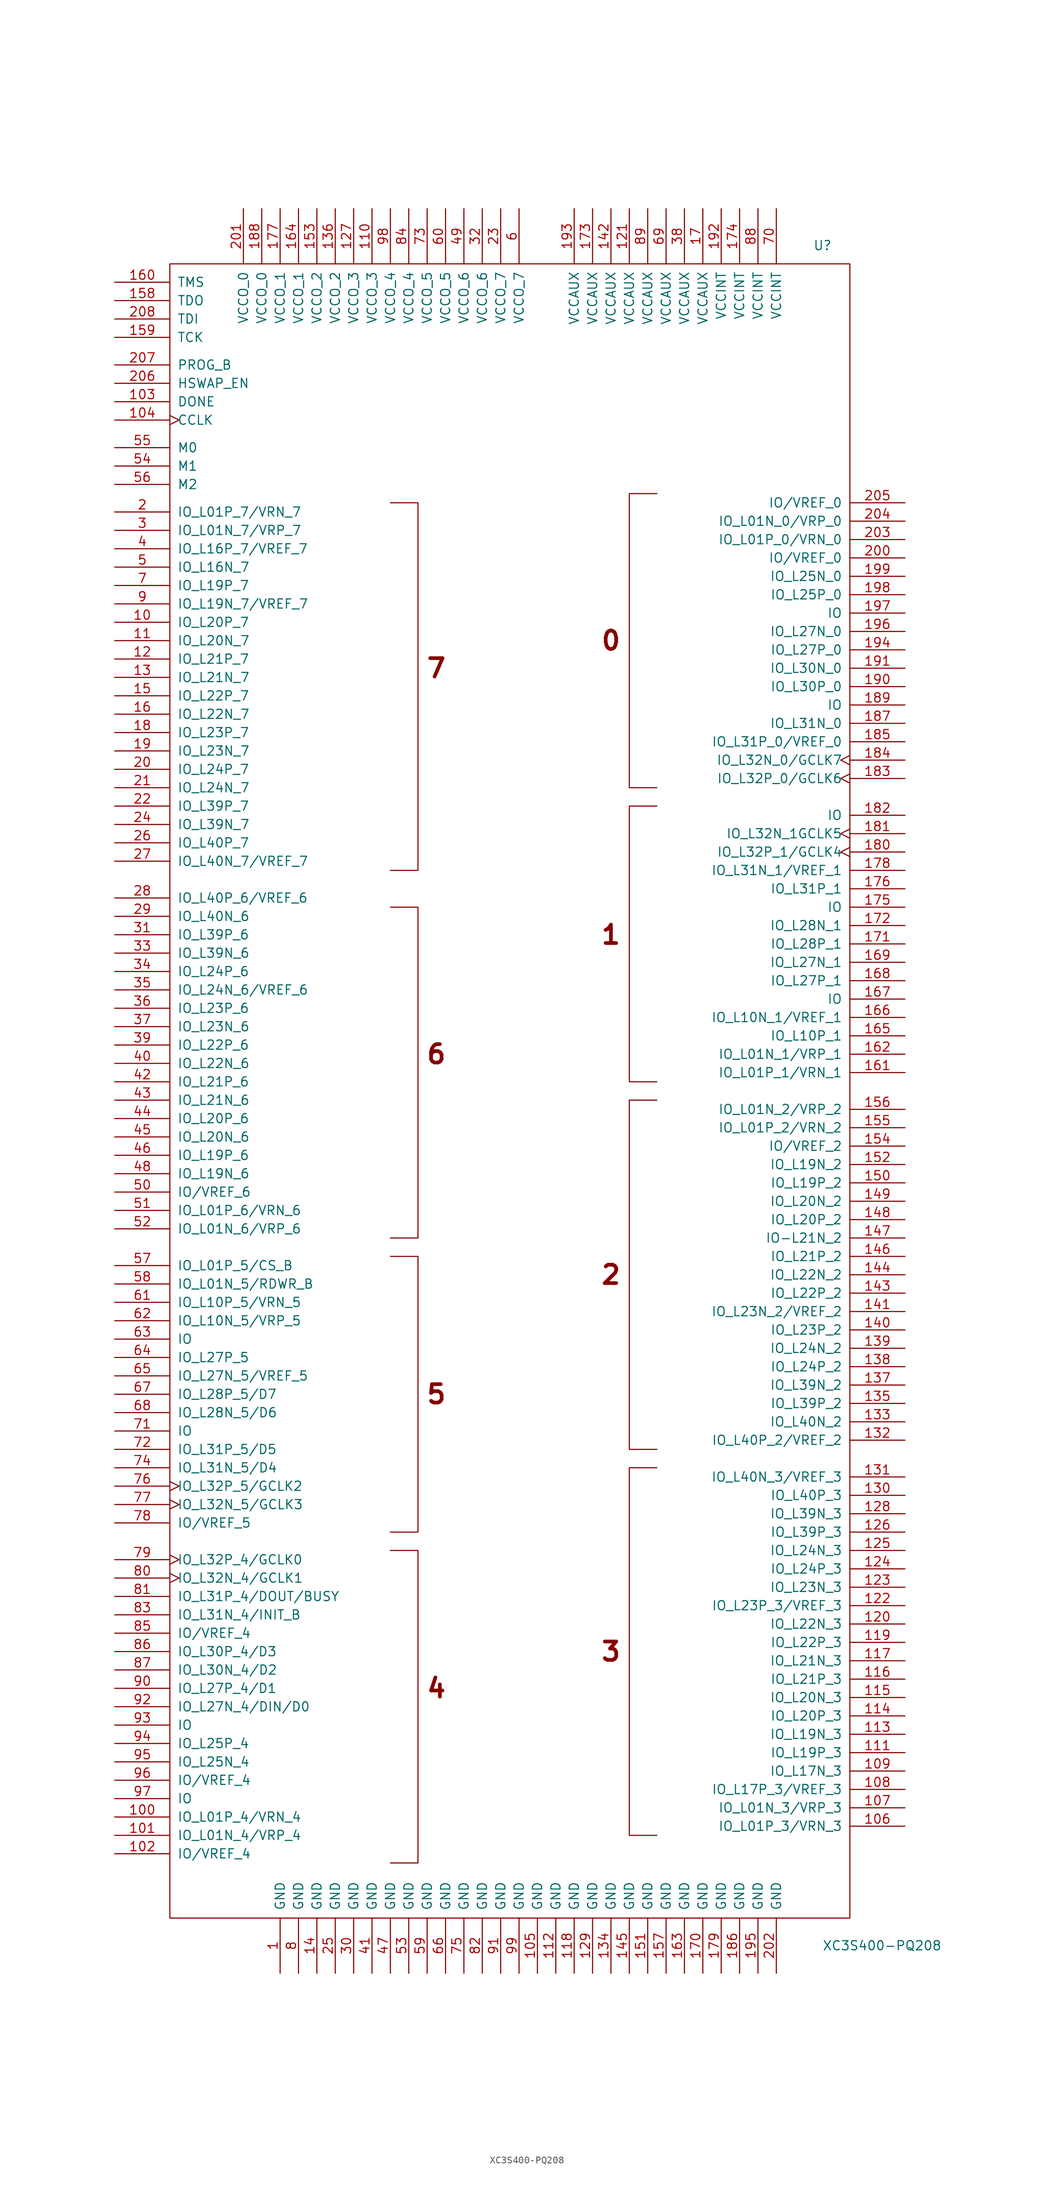
<source format=kicad_sym>
(kicad_symbol_lib
  (version 20201005)
  (generator kicad_symbol_editor)
  (symbol "XC3S400-PQ208"
    (pin_names
      (offset 1.016))
    (property "Reference" "U"
      (at 41.91 116.84 0)
      (effects (font (size 1.27 1.27)) (justify left)))
    (property "Value" "XC3S400-PQ208"
      (at 43.18 -118.11 0)
      (effects (font (size 1.27 1.27)) (justify left)))
    (symbol "XC3S400-PQ208_0_0"
      (text "0" (at 13.97 62.23 0) (effects (font (size 2.54 2.54) bold)))
      (text "1" (at 13.97 21.59 0) (effects (font (size 2.54 2.54) bold)))
      (text "2" (at 13.97 -25.4 0) (effects (font (size 2.54 2.54) bold)))
      (text "3" (at 13.97 -77.47 0) (effects (font (size 2.54 2.54) bold)))
      (text "4" (at -10.16 -82.55 0) (effects (font (size 2.54 2.54) bold)))
      (text "5" (at -10.16 -41.91 0) (effects (font (size 2.54 2.54) bold)))
      (text "6" (at -10.16 5.08 0) (effects (font (size 2.54 2.54) bold)))
      (text "7" (at -10.16 58.42 0) (effects (font (size 2.54 2.54) bold))))
    (symbol "XC3S400-PQ208_0_1"
      (rectangle (start -46.99 114.3) (end 46.99 -114.3) (stroke (width 0)) (fill (type none)))
      (polyline (pts (xy -16.51 -63.5) (xy -12.7 -63.5) (xy -12.7 -106.68) (xy -16.51 -106.68) (xy -15.24 -106.68)) (stroke (width 0)) (fill (type none)))
      (polyline (pts (xy -16.51 -60.96) (xy -12.7 -60.96) (xy -12.7 -22.86) (xy -16.51 -22.86) (xy -16.51 -22.86)) (stroke (width 0)) (fill (type none)))
      (polyline (pts (xy -16.51 -20.32) (xy -12.7 -20.32) (xy -12.7 25.4) (xy -16.51 25.4) (xy -16.51 25.4)) (stroke (width 0)) (fill (type none)))
      (polyline (pts (xy -16.51 30.48) (xy -12.7 30.48) (xy -12.7 81.28) (xy -16.51 81.28) (xy -16.51 81.28)) (stroke (width 0)) (fill (type none)))
      (polyline (pts (xy 20.32 -52.07) (xy 16.51 -52.07) (xy 16.51 -102.87) (xy 20.32 -102.87) (xy 20.32 -102.87)) (stroke (width 0)) (fill (type none)))
      (polyline (pts (xy 20.32 -1.27) (xy 16.51 -1.27) (xy 16.51 -49.53) (xy 20.32 -49.53) (xy 20.32 -49.53)) (stroke (width 0)) (fill (type none)))
      (polyline (pts (xy 20.32 39.37) (xy 16.51 39.37) (xy 16.51 1.27) (xy 20.32 1.27) (xy 20.32 1.27)) (stroke (width 0)) (fill (type none)))
      (polyline (pts (xy 20.32 82.55) (xy 16.51 82.55) (xy 16.51 41.91) (xy 20.32 41.91) (xy 20.32 41.91)) (stroke (width 0)) (fill (type none))))
    (symbol "XC3S400-PQ208_1_1"
      (pin power_in line (at -31.75 -121.92 90) (length 7.62) (name "GND" (effects (font (size 1.27 1.27)))) (number "1" (effects (font (size 1.27 1.27)))))
      (pin bidirectional line (at -54.61 64.77 0) (length 7.62) (name "IO_L20P_7" (effects (font (size 1.27 1.27)))) (number "10" (effects (font (size 1.27 1.27)))))
      (pin bidirectional line (at -54.61 -100.33 0) (length 7.62) (name "IO_L01P_4/VRN_4" (effects (font (size 1.27 1.27)))) (number "100" (effects (font (size 1.27 1.27)))))
      (pin bidirectional line (at -54.61 -102.87 0) (length 7.62) (name "IO_L01N_4/VRP_4" (effects (font (size 1.27 1.27)))) (number "101" (effects (font (size 1.27 1.27)))))
      (pin bidirectional line (at -54.61 -105.41 0) (length 7.62) (name "IO/VREF_4" (effects (font (size 1.27 1.27)))) (number "102" (effects (font (size 1.27 1.27)))))
      (pin bidirectional line (at -54.61 95.25 0) (length 7.62) (name "DONE" (effects (font (size 1.27 1.27)))) (number "103" (effects (font (size 1.27 1.27)))))
      (pin bidirectional clock (at -54.61 92.71 0) (length 7.62) (name "CCLK" (effects (font (size 1.27 1.27)))) (number "104" (effects (font (size 1.27 1.27)))))
      (pin power_in line (at 3.81 -121.92 90) (length 7.62) (name "GND" (effects (font (size 1.27 1.27)))) (number "105" (effects (font (size 1.27 1.27)))))
      (pin bidirectional line (at 54.61 -101.6 180) (length 7.62) (name "IO_L01P_3/VRN_3" (effects (font (size 1.27 1.27)))) (number "106" (effects (font (size 1.27 1.27)))))
      (pin bidirectional line (at 54.61 -99.06 180) (length 7.62) (name "IO_L01N_3/VRP_3" (effects (font (size 1.27 1.27)))) (number "107" (effects (font (size 1.27 1.27)))))
      (pin bidirectional line (at 54.61 -96.52 180) (length 7.62) (name "IO_L17P_3/VREF_3" (effects (font (size 1.27 1.27)))) (number "108" (effects (font (size 1.27 1.27)))))
      (pin bidirectional line (at 54.61 -93.98 180) (length 7.62) (name "IO_L17N_3" (effects (font (size 1.27 1.27)))) (number "109" (effects (font (size 1.27 1.27)))))
      (pin bidirectional line (at -54.61 62.23 0) (length 7.62) (name "IO_L20N_7" (effects (font (size 1.27 1.27)))) (number "11" (effects (font (size 1.27 1.27)))))
      (pin power_in line (at -19.05 121.92 270) (length 7.62) (name "VCCO_3" (effects (font (size 1.27 1.27)))) (number "110" (effects (font (size 1.27 1.27)))))
      (pin bidirectional line (at 54.61 -91.44 180) (length 7.62) (name "IO_L19P_3" (effects (font (size 1.27 1.27)))) (number "111" (effects (font (size 1.27 1.27)))))
      (pin power_in line (at 6.35 -121.92 90) (length 7.62) (name "GND" (effects (font (size 1.27 1.27)))) (number "112" (effects (font (size 1.27 1.27)))))
      (pin bidirectional line (at 54.61 -88.9 180) (length 7.62) (name "IO_L19N_3" (effects (font (size 1.27 1.27)))) (number "113" (effects (font (size 1.27 1.27)))))
      (pin bidirectional line (at 54.61 -86.36 180) (length 7.62) (name "IO_L20P_3" (effects (font (size 1.27 1.27)))) (number "114" (effects (font (size 1.27 1.27)))))
      (pin bidirectional line (at 54.61 -83.82 180) (length 7.62) (name "IO_L20N_3" (effects (font (size 1.27 1.27)))) (number "115" (effects (font (size 1.27 1.27)))))
      (pin bidirectional line (at 54.61 -81.28 180) (length 7.62) (name "IO_L21P_3" (effects (font (size 1.27 1.27)))) (number "116" (effects (font (size 1.27 1.27)))))
      (pin bidirectional line (at 54.61 -78.74 180) (length 7.62) (name "IO_L21N_3" (effects (font (size 1.27 1.27)))) (number "117" (effects (font (size 1.27 1.27)))))
      (pin power_in line (at 8.89 -121.92 90) (length 7.62) (name "GND" (effects (font (size 1.27 1.27)))) (number "118" (effects (font (size 1.27 1.27)))))
      (pin bidirectional line (at 54.61 -76.2 180) (length 7.62) (name "IO_L22P_3" (effects (font (size 1.27 1.27)))) (number "119" (effects (font (size 1.27 1.27)))))
      (pin bidirectional line (at -54.61 59.69 0) (length 7.62) (name "IO_L21P_7" (effects (font (size 1.27 1.27)))) (number "12" (effects (font (size 1.27 1.27)))))
      (pin bidirectional line (at 54.61 -73.66 180) (length 7.62) (name "IO_L22N_3" (effects (font (size 1.27 1.27)))) (number "120" (effects (font (size 1.27 1.27)))))
      (pin power_in line (at 16.51 121.92 270) (length 7.62) (name "VCCAUX" (effects (font (size 1.27 1.27)))) (number "121" (effects (font (size 1.27 1.27)))))
      (pin bidirectional line (at 54.61 -71.12 180) (length 7.62) (name "IO_L23P_3/VREF_3" (effects (font (size 1.27 1.27)))) (number "122" (effects (font (size 1.27 1.27)))))
      (pin bidirectional line (at 54.61 -68.58 180) (length 7.62) (name "IO_L23N_3" (effects (font (size 1.27 1.27)))) (number "123" (effects (font (size 1.27 1.27)))))
      (pin bidirectional line (at 54.61 -66.04 180) (length 7.62) (name "IO_L24P_3" (effects (font (size 1.27 1.27)))) (number "124" (effects (font (size 1.27 1.27)))))
      (pin bidirectional line (at 54.61 -63.5 180) (length 7.62) (name "IO_L24N_3" (effects (font (size 1.27 1.27)))) (number "125" (effects (font (size 1.27 1.27)))))
      (pin bidirectional line (at 54.61 -60.96 180) (length 7.62) (name "IO_L39P_3" (effects (font (size 1.27 1.27)))) (number "126" (effects (font (size 1.27 1.27)))))
      (pin power_in line (at -21.59 121.92 270) (length 7.62) (name "VCCO_3" (effects (font (size 1.27 1.27)))) (number "127" (effects (font (size 1.27 1.27)))))
      (pin bidirectional line (at 54.61 -58.42 180) (length 7.62) (name "IO_L39N_3" (effects (font (size 1.27 1.27)))) (number "128" (effects (font (size 1.27 1.27)))))
      (pin power_in line (at 11.43 -121.92 90) (length 7.62) (name "GND" (effects (font (size 1.27 1.27)))) (number "129" (effects (font (size 1.27 1.27)))))
      (pin bidirectional line (at -54.61 57.15 0) (length 7.62) (name "IO_L21N_7" (effects (font (size 1.27 1.27)))) (number "13" (effects (font (size 1.27 1.27)))))
      (pin bidirectional line (at 54.61 -55.88 180) (length 7.62) (name "IO_L40P_3" (effects (font (size 1.27 1.27)))) (number "130" (effects (font (size 1.27 1.27)))))
      (pin bidirectional line (at 54.61 -53.34 180) (length 7.62) (name "IO_L40N_3/VREF_3" (effects (font (size 1.27 1.27)))) (number "131" (effects (font (size 1.27 1.27)))))
      (pin bidirectional line (at 54.61 -48.26 180) (length 7.62) (name "IO_L40P_2/VREF_2" (effects (font (size 1.27 1.27)))) (number "132" (effects (font (size 1.27 1.27)))))
      (pin bidirectional line (at 54.61 -45.72 180) (length 7.62) (name "IO_L40N_2" (effects (font (size 1.27 1.27)))) (number "133" (effects (font (size 1.27 1.27)))))
      (pin power_in line (at 13.97 -121.92 90) (length 7.62) (name "GND" (effects (font (size 1.27 1.27)))) (number "134" (effects (font (size 1.27 1.27)))))
      (pin bidirectional line (at 54.61 -43.18 180) (length 7.62) (name "IO_L39P_2" (effects (font (size 1.27 1.27)))) (number "135" (effects (font (size 1.27 1.27)))))
      (pin power_in line (at -24.13 121.92 270) (length 7.62) (name "VCCO_2" (effects (font (size 1.27 1.27)))) (number "136" (effects (font (size 1.27 1.27)))))
      (pin bidirectional line (at 54.61 -40.64 180) (length 7.62) (name "IO_L39N_2" (effects (font (size 1.27 1.27)))) (number "137" (effects (font (size 1.27 1.27)))))
      (pin bidirectional line (at 54.61 -38.1 180) (length 7.62) (name "IO_L24P_2" (effects (font (size 1.27 1.27)))) (number "138" (effects (font (size 1.27 1.27)))))
      (pin bidirectional line (at 54.61 -35.56 180) (length 7.62) (name "IO_L24N_2" (effects (font (size 1.27 1.27)))) (number "139" (effects (font (size 1.27 1.27)))))
      (pin power_in line (at -26.67 -121.92 90) (length 7.62) (name "GND" (effects (font (size 1.27 1.27)))) (number "14" (effects (font (size 1.27 1.27)))))
      (pin bidirectional line (at 54.61 -33.02 180) (length 7.62) (name "IO_L23P_2" (effects (font (size 1.27 1.27)))) (number "140" (effects (font (size 1.27 1.27)))))
      (pin bidirectional line (at 54.61 -30.48 180) (length 7.62) (name "IO_L23N_2/VREF_2" (effects (font (size 1.27 1.27)))) (number "141" (effects (font (size 1.27 1.27)))))
      (pin power_in line (at 13.97 121.92 270) (length 7.62) (name "VCCAUX" (effects (font (size 1.27 1.27)))) (number "142" (effects (font (size 1.27 1.27)))))
      (pin bidirectional line (at 54.61 -27.94 180) (length 7.62) (name "IO_L22P_2" (effects (font (size 1.27 1.27)))) (number "143" (effects (font (size 1.27 1.27)))))
      (pin bidirectional line (at 54.61 -25.4 180) (length 7.62) (name "IO_L22N_2" (effects (font (size 1.27 1.27)))) (number "144" (effects (font (size 1.27 1.27)))))
      (pin power_in line (at 16.51 -121.92 90) (length 7.62) (name "GND" (effects (font (size 1.27 1.27)))) (number "145" (effects (font (size 1.27 1.27)))))
      (pin bidirectional line (at 54.61 -22.86 180) (length 7.62) (name "IO_L21P_2" (effects (font (size 1.27 1.27)))) (number "146" (effects (font (size 1.27 1.27)))))
      (pin bidirectional line (at 54.61 -20.32 180) (length 7.62) (name "IO-L21N_2" (effects (font (size 1.27 1.27)))) (number "147" (effects (font (size 1.27 1.27)))))
      (pin bidirectional line (at 54.61 -17.78 180) (length 7.62) (name "IO_L20P_2" (effects (font (size 1.27 1.27)))) (number "148" (effects (font (size 1.27 1.27)))))
      (pin bidirectional line (at 54.61 -15.24 180) (length 7.62) (name "IO_L20N_2" (effects (font (size 1.27 1.27)))) (number "149" (effects (font (size 1.27 1.27)))))
      (pin bidirectional line (at -54.61 54.61 0) (length 7.62) (name "IO_L22P_7" (effects (font (size 1.27 1.27)))) (number "15" (effects (font (size 1.27 1.27)))))
      (pin bidirectional line (at 54.61 -12.7 180) (length 7.62) (name "IO_L19P_2" (effects (font (size 1.27 1.27)))) (number "150" (effects (font (size 1.27 1.27)))))
      (pin power_in line (at 19.05 -121.92 90) (length 7.62) (name "GND" (effects (font (size 1.27 1.27)))) (number "151" (effects (font (size 1.27 1.27)))))
      (pin bidirectional line (at 54.61 -10.16 180) (length 7.62) (name "IO_L19N_2" (effects (font (size 1.27 1.27)))) (number "152" (effects (font (size 1.27 1.27)))))
      (pin power_in line (at -26.67 121.92 270) (length 7.62) (name "VCCO_2" (effects (font (size 1.27 1.27)))) (number "153" (effects (font (size 1.27 1.27)))))
      (pin bidirectional line (at 54.61 -7.62 180) (length 7.62) (name "IO/VREF_2" (effects (font (size 1.27 1.27)))) (number "154" (effects (font (size 1.27 1.27)))))
      (pin bidirectional line (at 54.61 -5.08 180) (length 7.62) (name "IO_L01P_2/VRN_2" (effects (font (size 1.27 1.27)))) (number "155" (effects (font (size 1.27 1.27)))))
      (pin bidirectional line (at 54.61 -2.54 180) (length 7.62) (name "IO_L01N_2/VRP_2" (effects (font (size 1.27 1.27)))) (number "156" (effects (font (size 1.27 1.27)))))
      (pin power_in line (at 21.59 -121.92 90) (length 7.62) (name "GND" (effects (font (size 1.27 1.27)))) (number "157" (effects (font (size 1.27 1.27)))))
      (pin bidirectional line (at -54.61 109.22 0) (length 7.62) (name "TDO" (effects (font (size 1.27 1.27)))) (number "158" (effects (font (size 1.27 1.27)))))
      (pin bidirectional line (at -54.61 104.14 0) (length 7.62) (name "TCK" (effects (font (size 1.27 1.27)))) (number "159" (effects (font (size 1.27 1.27)))))
      (pin bidirectional line (at -54.61 52.07 0) (length 7.62) (name "IO_L22N_7" (effects (font (size 1.27 1.27)))) (number "16" (effects (font (size 1.27 1.27)))))
      (pin bidirectional line (at -54.61 111.76 0) (length 7.62) (name "TMS" (effects (font (size 1.27 1.27)))) (number "160" (effects (font (size 1.27 1.27)))))
      (pin bidirectional line (at 54.61 2.54 180) (length 7.62) (name "IO_L01P_1/VRN_1" (effects (font (size 1.27 1.27)))) (number "161" (effects (font (size 1.27 1.27)))))
      (pin bidirectional line (at 54.61 5.08 180) (length 7.62) (name "IO_L01N_1/VRP_1" (effects (font (size 1.27 1.27)))) (number "162" (effects (font (size 1.27 1.27)))))
      (pin power_in line (at 24.13 -121.92 90) (length 7.62) (name "GND" (effects (font (size 1.27 1.27)))) (number "163" (effects (font (size 1.27 1.27)))))
      (pin power_in line (at -29.21 121.92 270) (length 7.62) (name "VCCO_1" (effects (font (size 1.27 1.27)))) (number "164" (effects (font (size 1.27 1.27)))))
      (pin bidirectional line (at 54.61 7.62 180) (length 7.62) (name "IO_L10P_1" (effects (font (size 1.27 1.27)))) (number "165" (effects (font (size 1.27 1.27)))))
      (pin bidirectional line (at 54.61 10.16 180) (length 7.62) (name "IO_L10N_1/VREF_1" (effects (font (size 1.27 1.27)))) (number "166" (effects (font (size 1.27 1.27)))))
      (pin bidirectional line (at 54.61 12.7 180) (length 7.62) (name "IO" (effects (font (size 1.27 1.27)))) (number "167" (effects (font (size 1.27 1.27)))))
      (pin bidirectional line (at 54.61 15.24 180) (length 7.62) (name "IO_L27P_1" (effects (font (size 1.27 1.27)))) (number "168" (effects (font (size 1.27 1.27)))))
      (pin bidirectional line (at 54.61 17.78 180) (length 7.62) (name "IO_L27N_1" (effects (font (size 1.27 1.27)))) (number "169" (effects (font (size 1.27 1.27)))))
      (pin power_in line (at 26.67 121.92 270) (length 7.62) (name "VCCAUX" (effects (font (size 1.27 1.27)))) (number "17" (effects (font (size 1.27 1.27)))))
      (pin power_in line (at 26.67 -121.92 90) (length 7.62) (name "GND" (effects (font (size 1.27 1.27)))) (number "170" (effects (font (size 1.27 1.27)))))
      (pin bidirectional line (at 54.61 20.32 180) (length 7.62) (name "IO_L28P_1" (effects (font (size 1.27 1.27)))) (number "171" (effects (font (size 1.27 1.27)))))
      (pin bidirectional line (at 54.61 22.86 180) (length 7.62) (name "IO_L28N_1" (effects (font (size 1.27 1.27)))) (number "172" (effects (font (size 1.27 1.27)))))
      (pin power_in line (at 11.43 121.92 270) (length 7.62) (name "VCCAUX" (effects (font (size 1.27 1.27)))) (number "173" (effects (font (size 1.27 1.27)))))
      (pin power_in line (at 31.75 121.92 270) (length 7.62) (name "VCCINT" (effects (font (size 1.27 1.27)))) (number "174" (effects (font (size 1.27 1.27)))))
      (pin bidirectional line (at 54.61 25.4 180) (length 7.62) (name "IO" (effects (font (size 1.27 1.27)))) (number "175" (effects (font (size 1.27 1.27)))))
      (pin bidirectional line (at 54.61 27.94 180) (length 7.62) (name "IO_L31P_1" (effects (font (size 1.27 1.27)))) (number "176" (effects (font (size 1.27 1.27)))))
      (pin power_in line (at -31.75 121.92 270) (length 7.62) (name "VCCO_1" (effects (font (size 1.27 1.27)))) (number "177" (effects (font (size 1.27 1.27)))))
      (pin bidirectional line (at 54.61 30.48 180) (length 7.62) (name "IO_L31N_1/VREF_1" (effects (font (size 1.27 1.27)))) (number "178" (effects (font (size 1.27 1.27)))))
      (pin power_in line (at 29.21 -121.92 90) (length 7.62) (name "GND" (effects (font (size 1.27 1.27)))) (number "179" (effects (font (size 1.27 1.27)))))
      (pin bidirectional line (at -54.61 49.53 0) (length 7.62) (name "IO_L23P_7" (effects (font (size 1.27 1.27)))) (number "18" (effects (font (size 1.27 1.27)))))
      (pin bidirectional clock (at 54.61 33.02 180) (length 7.62) (name "IO_L32P_1/GCLK4" (effects (font (size 1.27 1.27)))) (number "180" (effects (font (size 1.27 1.27)))))
      (pin bidirectional clock (at 54.61 35.56 180) (length 7.62) (name "IO_L32N_1GCLK5" (effects (font (size 1.27 1.27)))) (number "181" (effects (font (size 1.27 1.27)))))
      (pin bidirectional line (at 54.61 38.1 180) (length 7.62) (name "IO" (effects (font (size 1.27 1.27)))) (number "182" (effects (font (size 1.27 1.27)))))
      (pin bidirectional clock (at 54.61 43.18 180) (length 7.62) (name "IO_L32P_0/GCLK6" (effects (font (size 1.27 1.27)))) (number "183" (effects (font (size 1.27 1.27)))))
      (pin bidirectional clock (at 54.61 45.72 180) (length 7.62) (name "IO_L32N_0/GCLK7" (effects (font (size 1.27 1.27)))) (number "184" (effects (font (size 1.27 1.27)))))
      (pin bidirectional line (at 54.61 48.26 180) (length 7.62) (name "IO_L31P_0/VREF_0" (effects (font (size 1.27 1.27)))) (number "185" (effects (font (size 1.27 1.27)))))
      (pin power_in line (at 31.75 -121.92 90) (length 7.62) (name "GND" (effects (font (size 1.27 1.27)))) (number "186" (effects (font (size 1.27 1.27)))))
      (pin bidirectional line (at 54.61 50.8 180) (length 7.62) (name "IO_L31N_0" (effects (font (size 1.27 1.27)))) (number "187" (effects (font (size 1.27 1.27)))))
      (pin power_in line (at -34.29 121.92 270) (length 7.62) (name "VCCO_0" (effects (font (size 1.27 1.27)))) (number "188" (effects (font (size 1.27 1.27)))))
      (pin bidirectional line (at 54.61 53.34 180) (length 7.62) (name "IO" (effects (font (size 1.27 1.27)))) (number "189" (effects (font (size 1.27 1.27)))))
      (pin bidirectional line (at -54.61 46.99 0) (length 7.62) (name "IO_L23N_7" (effects (font (size 1.27 1.27)))) (number "19" (effects (font (size 1.27 1.27)))))
      (pin bidirectional line (at 54.61 55.88 180) (length 7.62) (name "IO_L30P_0" (effects (font (size 1.27 1.27)))) (number "190" (effects (font (size 1.27 1.27)))))
      (pin bidirectional line (at 54.61 58.42 180) (length 7.62) (name "IO_L30N_0" (effects (font (size 1.27 1.27)))) (number "191" (effects (font (size 1.27 1.27)))))
      (pin power_in line (at 29.21 121.92 270) (length 7.62) (name "VCCINT" (effects (font (size 1.27 1.27)))) (number "192" (effects (font (size 1.27 1.27)))))
      (pin power_in line (at 8.89 121.92 270) (length 7.62) (name "VCCAUX" (effects (font (size 1.27 1.27)))) (number "193" (effects (font (size 1.27 1.27)))))
      (pin bidirectional line (at 54.61 60.96 180) (length 7.62) (name "IO_L27P_0" (effects (font (size 1.27 1.27)))) (number "194" (effects (font (size 1.27 1.27)))))
      (pin power_in line (at 34.29 -121.92 90) (length 7.62) (name "GND" (effects (font (size 1.27 1.27)))) (number "195" (effects (font (size 1.27 1.27)))))
      (pin bidirectional line (at 54.61 63.5 180) (length 7.62) (name "IO_L27N_0" (effects (font (size 1.27 1.27)))) (number "196" (effects (font (size 1.27 1.27)))))
      (pin bidirectional line (at 54.61 66.04 180) (length 7.62) (name "IO" (effects (font (size 1.27 1.27)))) (number "197" (effects (font (size 1.27 1.27)))))
      (pin bidirectional line (at 54.61 68.58 180) (length 7.62) (name "IO_L25P_0" (effects (font (size 1.27 1.27)))) (number "198" (effects (font (size 1.27 1.27)))))
      (pin bidirectional line (at 54.61 71.12 180) (length 7.62) (name "IO_L25N_0" (effects (font (size 1.27 1.27)))) (number "199" (effects (font (size 1.27 1.27)))))
      (pin bidirectional line (at -54.61 80.01 0) (length 7.62) (name "IO_L01P_7/VRN_7" (effects (font (size 1.27 1.27)))) (number "2" (effects (font (size 1.27 1.27)))))
      (pin bidirectional line (at -54.61 44.45 0) (length 7.62) (name "IO_L24P_7" (effects (font (size 1.27 1.27)))) (number "20" (effects (font (size 1.27 1.27)))))
      (pin bidirectional line (at 54.61 73.66 180) (length 7.62) (name "IO/VREF_0" (effects (font (size 1.27 1.27)))) (number "200" (effects (font (size 1.27 1.27)))))
      (pin power_in line (at -36.83 121.92 270) (length 7.62) (name "VCCO_0" (effects (font (size 1.27 1.27)))) (number "201" (effects (font (size 1.27 1.27)))))
      (pin power_in line (at 36.83 -121.92 90) (length 7.62) (name "GND" (effects (font (size 1.27 1.27)))) (number "202" (effects (font (size 1.27 1.27)))))
      (pin bidirectional line (at 54.61 76.2 180) (length 7.62) (name "IO_L01P_0/VRN_0" (effects (font (size 1.27 1.27)))) (number "203" (effects (font (size 1.27 1.27)))))
      (pin bidirectional line (at 54.61 78.74 180) (length 7.62) (name "IO_L01N_0/VRP_0" (effects (font (size 1.27 1.27)))) (number "204" (effects (font (size 1.27 1.27)))))
      (pin bidirectional line (at 54.61 81.28 180) (length 7.62) (name "IO/VREF_0" (effects (font (size 1.27 1.27)))) (number "205" (effects (font (size 1.27 1.27)))))
      (pin input line (at -54.61 97.79 0) (length 7.62) (name "HSWAP_EN" (effects (font (size 1.27 1.27)))) (number "206" (effects (font (size 1.27 1.27)))))
      (pin input line (at -54.61 100.33 0) (length 7.62) (name "PROG_B" (effects (font (size 1.27 1.27)))) (number "207" (effects (font (size 1.27 1.27)))))
      (pin bidirectional line (at -54.61 106.68 0) (length 7.62) (name "TDI" (effects (font (size 1.27 1.27)))) (number "208" (effects (font (size 1.27 1.27)))))
      (pin bidirectional line (at -54.61 41.91 0) (length 7.62) (name "IO_L24N_7" (effects (font (size 1.27 1.27)))) (number "21" (effects (font (size 1.27 1.27)))))
      (pin bidirectional line (at -54.61 39.37 0) (length 7.62) (name "IO_L39P_7" (effects (font (size 1.27 1.27)))) (number "22" (effects (font (size 1.27 1.27)))))
      (pin power_in line (at -1.27 121.92 270) (length 7.62) (name "VCCO_7" (effects (font (size 1.27 1.27)))) (number "23" (effects (font (size 1.27 1.27)))))
      (pin bidirectional line (at -54.61 36.83 0) (length 7.62) (name "IO_L39N_7" (effects (font (size 1.27 1.27)))) (number "24" (effects (font (size 1.27 1.27)))))
      (pin power_in line (at -24.13 -121.92 90) (length 7.62) (name "GND" (effects (font (size 1.27 1.27)))) (number "25" (effects (font (size 1.27 1.27)))))
      (pin bidirectional line (at -54.61 34.29 0) (length 7.62) (name "IO_L40P_7" (effects (font (size 1.27 1.27)))) (number "26" (effects (font (size 1.27 1.27)))))
      (pin bidirectional line (at -54.61 31.75 0) (length 7.62) (name "IO_L40N_7/VREF_7" (effects (font (size 1.27 1.27)))) (number "27" (effects (font (size 1.27 1.27)))))
      (pin bidirectional line (at -54.61 26.67 0) (length 7.62) (name "IO_L40P_6/VREF_6" (effects (font (size 1.27 1.27)))) (number "28" (effects (font (size 1.27 1.27)))))
      (pin bidirectional line (at -54.61 24.13 0) (length 7.62) (name "IO_L40N_6" (effects (font (size 1.27 1.27)))) (number "29" (effects (font (size 1.27 1.27)))))
      (pin bidirectional line (at -54.61 77.47 0) (length 7.62) (name "IO_L01N_7/VRP_7" (effects (font (size 1.27 1.27)))) (number "3" (effects (font (size 1.27 1.27)))))
      (pin power_in line (at -21.59 -121.92 90) (length 7.62) (name "GND" (effects (font (size 1.27 1.27)))) (number "30" (effects (font (size 1.27 1.27)))))
      (pin bidirectional line (at -54.61 21.59 0) (length 7.62) (name "IO_L39P_6" (effects (font (size 1.27 1.27)))) (number "31" (effects (font (size 1.27 1.27)))))
      (pin power_in line (at -3.81 121.92 270) (length 7.62) (name "VCCO_6" (effects (font (size 1.27 1.27)))) (number "32" (effects (font (size 1.27 1.27)))))
      (pin bidirectional line (at -54.61 19.05 0) (length 7.62) (name "IO_L39N_6" (effects (font (size 1.27 1.27)))) (number "33" (effects (font (size 1.27 1.27)))))
      (pin bidirectional line (at -54.61 16.51 0) (length 7.62) (name "IO_L24P_6" (effects (font (size 1.27 1.27)))) (number "34" (effects (font (size 1.27 1.27)))))
      (pin bidirectional line (at -54.61 13.97 0) (length 7.62) (name "IO_L24N_6/VREF_6" (effects (font (size 1.27 1.27)))) (number "35" (effects (font (size 1.27 1.27)))))
      (pin bidirectional line (at -54.61 11.43 0) (length 7.62) (name "IO_L23P_6" (effects (font (size 1.27 1.27)))) (number "36" (effects (font (size 1.27 1.27)))))
      (pin bidirectional line (at -54.61 8.89 0) (length 7.62) (name "IO_L23N_6" (effects (font (size 1.27 1.27)))) (number "37" (effects (font (size 1.27 1.27)))))
      (pin power_in line (at 24.13 121.92 270) (length 7.62) (name "VCCAUX" (effects (font (size 1.27 1.27)))) (number "38" (effects (font (size 1.27 1.27)))))
      (pin bidirectional line (at -54.61 6.35 0) (length 7.62) (name "IO_L22P_6" (effects (font (size 1.27 1.27)))) (number "39" (effects (font (size 1.27 1.27)))))
      (pin bidirectional line (at -54.61 74.93 0) (length 7.62) (name "IO_L16P_7/VREF_7" (effects (font (size 1.27 1.27)))) (number "4" (effects (font (size 1.27 1.27)))))
      (pin bidirectional line (at -54.61 3.81 0) (length 7.62) (name "IO_L22N_6" (effects (font (size 1.27 1.27)))) (number "40" (effects (font (size 1.27 1.27)))))
      (pin power_in line (at -19.05 -121.92 90) (length 7.62) (name "GND" (effects (font (size 1.27 1.27)))) (number "41" (effects (font (size 1.27 1.27)))))
      (pin bidirectional line (at -54.61 1.27 0) (length 7.62) (name "IO_L21P_6" (effects (font (size 1.27 1.27)))) (number "42" (effects (font (size 1.27 1.27)))))
      (pin bidirectional line (at -54.61 -1.27 0) (length 7.62) (name "IO_L21N_6" (effects (font (size 1.27 1.27)))) (number "43" (effects (font (size 1.27 1.27)))))
      (pin bidirectional line (at -54.61 -3.81 0) (length 7.62) (name "IO_L20P_6" (effects (font (size 1.27 1.27)))) (number "44" (effects (font (size 1.27 1.27)))))
      (pin bidirectional line (at -54.61 -6.35 0) (length 7.62) (name "IO_L20N_6" (effects (font (size 1.27 1.27)))) (number "45" (effects (font (size 1.27 1.27)))))
      (pin bidirectional line (at -54.61 -8.89 0) (length 7.62) (name "IO_L19P_6" (effects (font (size 1.27 1.27)))) (number "46" (effects (font (size 1.27 1.27)))))
      (pin power_in line (at -16.51 -121.92 90) (length 7.62) (name "GND" (effects (font (size 1.27 1.27)))) (number "47" (effects (font (size 1.27 1.27)))))
      (pin bidirectional line (at -54.61 -11.43 0) (length 7.62) (name "IO_L19N_6" (effects (font (size 1.27 1.27)))) (number "48" (effects (font (size 1.27 1.27)))))
      (pin passive line (at -6.35 121.92 270) (length 7.62) (name "VCCO_6" (effects (font (size 1.27 1.27)))) (number "49" (effects (font (size 1.27 1.27)))))
      (pin bidirectional line (at -54.61 72.39 0) (length 7.62) (name "IO_L16N_7" (effects (font (size 1.27 1.27)))) (number "5" (effects (font (size 1.27 1.27)))))
      (pin bidirectional line (at -54.61 -13.97 0) (length 7.62) (name "IO/VREF_6" (effects (font (size 1.27 1.27)))) (number "50" (effects (font (size 1.27 1.27)))))
      (pin bidirectional line (at -54.61 -16.51 0) (length 7.62) (name "IO_L01P_6/VRN_6" (effects (font (size 1.27 1.27)))) (number "51" (effects (font (size 1.27 1.27)))))
      (pin bidirectional line (at -54.61 -19.05 0) (length 7.62) (name "IO_L01N_6/VRP_6" (effects (font (size 1.27 1.27)))) (number "52" (effects (font (size 1.27 1.27)))))
      (pin power_in line (at -13.97 -121.92 90) (length 7.62) (name "GND" (effects (font (size 1.27 1.27)))) (number "53" (effects (font (size 1.27 1.27)))))
      (pin input line (at -54.61 86.36 0) (length 7.62) (name "M1" (effects (font (size 1.27 1.27)))) (number "54" (effects (font (size 1.27 1.27)))))
      (pin input line (at -54.61 88.9 0) (length 7.62) (name "M0" (effects (font (size 1.27 1.27)))) (number "55" (effects (font (size 1.27 1.27)))))
      (pin input line (at -54.61 83.82 0) (length 7.62) (name "M2" (effects (font (size 1.27 1.27)))) (number "56" (effects (font (size 1.27 1.27)))))
      (pin bidirectional line (at -54.61 -24.13 0) (length 7.62) (name "IO_L01P_5/CS_B" (effects (font (size 1.27 1.27)))) (number "57" (effects (font (size 1.27 1.27)))))
      (pin bidirectional line (at -54.61 -26.67 0) (length 7.62) (name "IO_L01N_5/RDWR_B" (effects (font (size 1.27 1.27)))) (number "58" (effects (font (size 1.27 1.27)))))
      (pin power_in line (at -11.43 -121.92 90) (length 7.62) (name "GND" (effects (font (size 1.27 1.27)))) (number "59" (effects (font (size 1.27 1.27)))))
      (pin power_in line (at 1.27 121.92 270) (length 7.62) (name "VCCO_7" (effects (font (size 1.27 1.27)))) (number "6" (effects (font (size 1.27 1.27)))))
      (pin power_in line (at -8.89 121.92 270) (length 7.62) (name "VCCO_5" (effects (font (size 1.27 1.27)))) (number "60" (effects (font (size 1.27 1.27)))))
      (pin bidirectional line (at -54.61 -29.21 0) (length 7.62) (name "IO_L10P_5/VRN_5" (effects (font (size 1.27 1.27)))) (number "61" (effects (font (size 1.27 1.27)))))
      (pin bidirectional line (at -54.61 -31.75 0) (length 7.62) (name "IO_L10N_5/VRP_5" (effects (font (size 1.27 1.27)))) (number "62" (effects (font (size 1.27 1.27)))))
      (pin bidirectional line (at -54.61 -34.29 0) (length 7.62) (name "IO" (effects (font (size 1.27 1.27)))) (number "63" (effects (font (size 1.27 1.27)))))
      (pin bidirectional line (at -54.61 -36.83 0) (length 7.62) (name "IO_L27P_5" (effects (font (size 1.27 1.27)))) (number "64" (effects (font (size 1.27 1.27)))))
      (pin bidirectional line (at -54.61 -39.37 0) (length 7.62) (name "IO_L27N_5/VREF_5" (effects (font (size 1.27 1.27)))) (number "65" (effects (font (size 1.27 1.27)))))
      (pin power_in line (at -8.89 -121.92 90) (length 7.62) (name "GND" (effects (font (size 1.27 1.27)))) (number "66" (effects (font (size 1.27 1.27)))))
      (pin bidirectional line (at -54.61 -41.91 0) (length 7.62) (name "IO_L28P_5/D7" (effects (font (size 1.27 1.27)))) (number "67" (effects (font (size 1.27 1.27)))))
      (pin bidirectional line (at -54.61 -44.45 0) (length 7.62) (name "IO_L28N_5/D6" (effects (font (size 1.27 1.27)))) (number "68" (effects (font (size 1.27 1.27)))))
      (pin power_in line (at 21.59 121.92 270) (length 7.62) (name "VCCAUX" (effects (font (size 1.27 1.27)))) (number "69" (effects (font (size 1.27 1.27)))))
      (pin bidirectional line (at -54.61 69.85 0) (length 7.62) (name "IO_L19P_7" (effects (font (size 1.27 1.27)))) (number "7" (effects (font (size 1.27 1.27)))))
      (pin power_in line (at 36.83 121.92 270) (length 7.62) (name "VCCINT" (effects (font (size 1.27 1.27)))) (number "70" (effects (font (size 1.27 1.27)))))
      (pin bidirectional line (at -54.61 -46.99 0) (length 7.62) (name "IO" (effects (font (size 1.27 1.27)))) (number "71" (effects (font (size 1.27 1.27)))))
      (pin bidirectional line (at -54.61 -49.53 0) (length 7.62) (name "IO_L31P_5/D5" (effects (font (size 1.27 1.27)))) (number "72" (effects (font (size 1.27 1.27)))))
      (pin power_in line (at -11.43 121.92 270) (length 7.62) (name "VCCO_5" (effects (font (size 1.27 1.27)))) (number "73" (effects (font (size 1.27 1.27)))))
      (pin bidirectional line (at -54.61 -52.07 0) (length 7.62) (name "IO_L31N_5/D4" (effects (font (size 1.27 1.27)))) (number "74" (effects (font (size 1.27 1.27)))))
      (pin power_in line (at -6.35 -121.92 90) (length 7.62) (name "GND" (effects (font (size 1.27 1.27)))) (number "75" (effects (font (size 1.27 1.27)))))
      (pin bidirectional clock (at -54.61 -54.61 0) (length 7.62) (name "IO_L32P_5/GCLK2" (effects (font (size 1.27 1.27)))) (number "76" (effects (font (size 1.27 1.27)))))
      (pin bidirectional clock (at -54.61 -57.15 0) (length 7.62) (name "IO_L32N_5/GCLK3" (effects (font (size 1.27 1.27)))) (number "77" (effects (font (size 1.27 1.27)))))
      (pin bidirectional line (at -54.61 -59.69 0) (length 7.62) (name "IO/VREF_5" (effects (font (size 1.27 1.27)))) (number "78" (effects (font (size 1.27 1.27)))))
      (pin bidirectional clock (at -54.61 -64.77 0) (length 7.62) (name "IO_L32P_4/GCLK0" (effects (font (size 1.27 1.27)))) (number "79" (effects (font (size 1.27 1.27)))))
      (pin power_in line (at -29.21 -121.92 90) (length 7.62) (name "GND" (effects (font (size 1.27 1.27)))) (number "8" (effects (font (size 1.27 1.27)))))
      (pin bidirectional clock (at -54.61 -67.31 0) (length 7.62) (name "IO_L32N_4/GCLK1" (effects (font (size 1.27 1.27)))) (number "80" (effects (font (size 1.27 1.27)))))
      (pin bidirectional line (at -54.61 -69.85 0) (length 7.62) (name "IO_L31P_4/DOUT/BUSY" (effects (font (size 1.27 1.27)))) (number "81" (effects (font (size 1.27 1.27)))))
      (pin power_in line (at -3.81 -121.92 90) (length 7.62) (name "GND" (effects (font (size 1.27 1.27)))) (number "82" (effects (font (size 1.27 1.27)))))
      (pin bidirectional line (at -54.61 -72.39 0) (length 7.62) (name "IO_L31N_4/INIT_B" (effects (font (size 1.27 1.27)))) (number "83" (effects (font (size 1.27 1.27)))))
      (pin power_in line (at -13.97 121.92 270) (length 7.62) (name "VCCO_4" (effects (font (size 1.27 1.27)))) (number "84" (effects (font (size 1.27 1.27)))))
      (pin bidirectional line (at -54.61 -74.93 0) (length 7.62) (name "IO/VREF_4" (effects (font (size 1.27 1.27)))) (number "85" (effects (font (size 1.27 1.27)))))
      (pin bidirectional line (at -54.61 -77.47 0) (length 7.62) (name "IO_L30P_4/D3" (effects (font (size 1.27 1.27)))) (number "86" (effects (font (size 1.27 1.27)))))
      (pin bidirectional line (at -54.61 -80.01 0) (length 7.62) (name "IO_L30N_4/D2" (effects (font (size 1.27 1.27)))) (number "87" (effects (font (size 1.27 1.27)))))
      (pin power_in line (at 34.29 121.92 270) (length 7.62) (name "VCCINT" (effects (font (size 1.27 1.27)))) (number "88" (effects (font (size 1.27 1.27)))))
      (pin power_in line (at 19.05 121.92 270) (length 7.62) (name "VCCAUX" (effects (font (size 1.27 1.27)))) (number "89" (effects (font (size 1.27 1.27)))))
      (pin bidirectional line (at -54.61 67.31 0) (length 7.62) (name "IO_L19N_7/VREF_7" (effects (font (size 1.27 1.27)))) (number "9" (effects (font (size 1.27 1.27)))))
      (pin bidirectional line (at -54.61 -82.55 0) (length 7.62) (name "IO_L27P_4/D1" (effects (font (size 1.27 1.27)))) (number "90" (effects (font (size 1.27 1.27)))))
      (pin power_in line (at -1.27 -121.92 90) (length 7.62) (name "GND" (effects (font (size 1.27 1.27)))) (number "91" (effects (font (size 1.27 1.27)))))
      (pin bidirectional line (at -54.61 -85.09 0) (length 7.62) (name "IO_L27N_4/DIN/D0" (effects (font (size 1.27 1.27)))) (number "92" (effects (font (size 1.27 1.27)))))
      (pin bidirectional line (at -54.61 -87.63 0) (length 7.62) (name "IO" (effects (font (size 1.27 1.27)))) (number "93" (effects (font (size 1.27 1.27)))))
      (pin bidirectional line (at -54.61 -90.17 0) (length 7.62) (name "IO_L25P_4" (effects (font (size 1.27 1.27)))) (number "94" (effects (font (size 1.27 1.27)))))
      (pin bidirectional line (at -54.61 -92.71 0) (length 7.62) (name "IO_L25N_4" (effects (font (size 1.27 1.27)))) (number "95" (effects (font (size 1.27 1.27)))))
      (pin bidirectional line (at -54.61 -95.25 0) (length 7.62) (name "IO/VREF_4" (effects (font (size 1.27 1.27)))) (number "96" (effects (font (size 1.27 1.27)))))
      (pin bidirectional line (at -54.61 -97.79 0) (length 7.62) (name "IO" (effects (font (size 1.27 1.27)))) (number "97" (effects (font (size 1.27 1.27)))))
      (pin power_in line (at -16.51 121.92 270) (length 7.62) (name "VCCO_4" (effects (font (size 1.27 1.27)))) (number "98" (effects (font (size 1.27 1.27)))))
      (pin power_in line (at 1.27 -121.92 90) (length 7.62) (name "GND" (effects (font (size 1.27 1.27)))) (number "99" (effects (font (size 1.27 1.27))))))))
</source>
